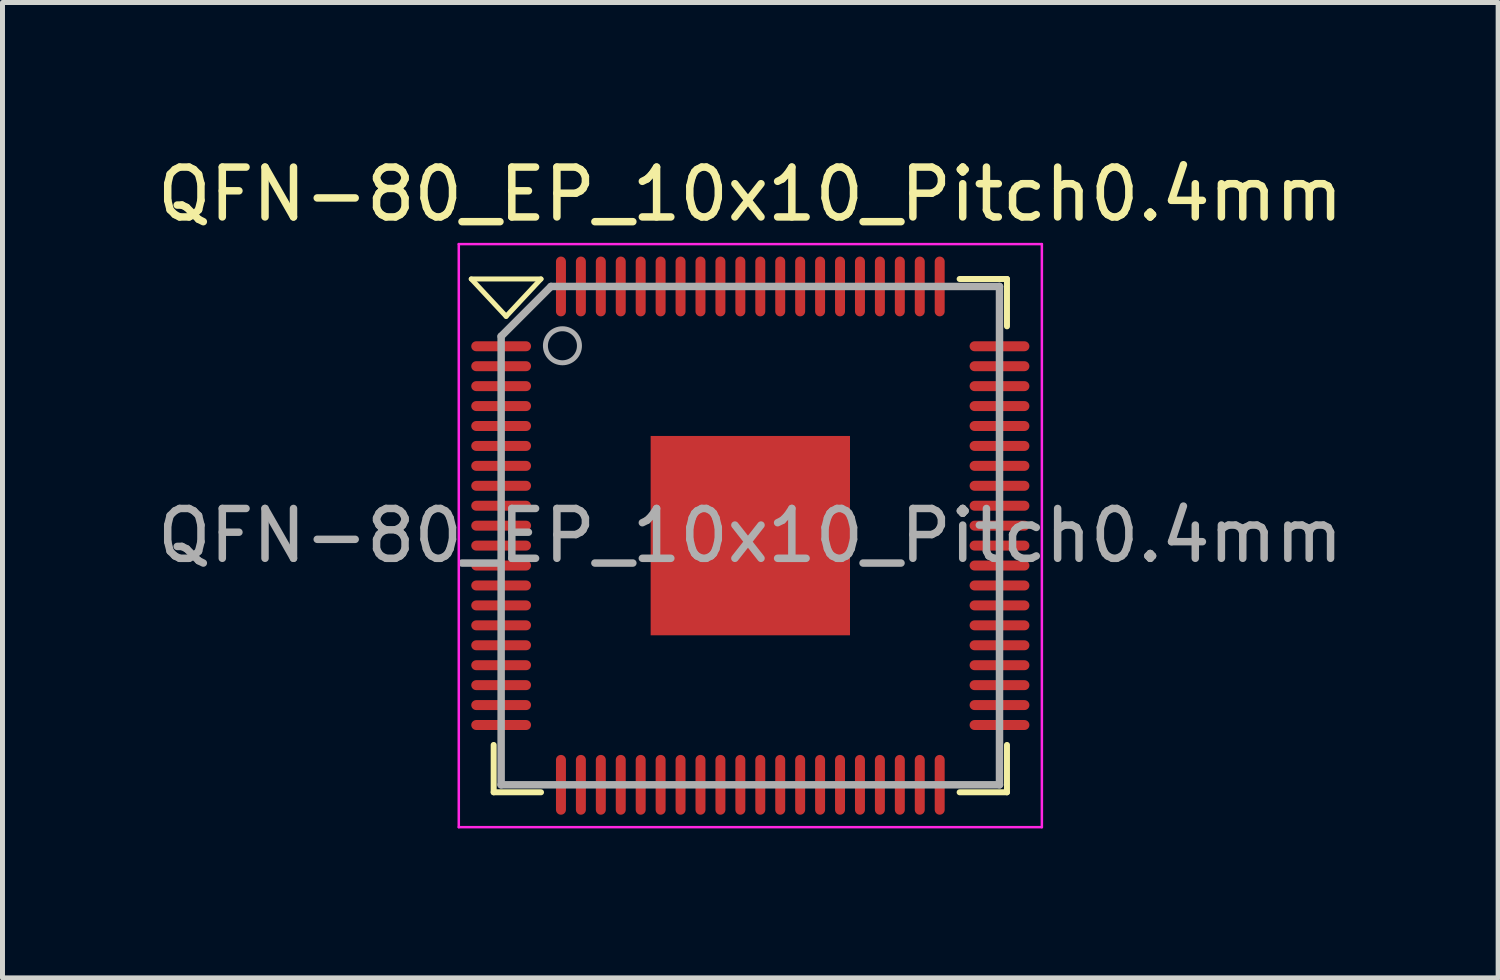
<source format=kicad_pcb>
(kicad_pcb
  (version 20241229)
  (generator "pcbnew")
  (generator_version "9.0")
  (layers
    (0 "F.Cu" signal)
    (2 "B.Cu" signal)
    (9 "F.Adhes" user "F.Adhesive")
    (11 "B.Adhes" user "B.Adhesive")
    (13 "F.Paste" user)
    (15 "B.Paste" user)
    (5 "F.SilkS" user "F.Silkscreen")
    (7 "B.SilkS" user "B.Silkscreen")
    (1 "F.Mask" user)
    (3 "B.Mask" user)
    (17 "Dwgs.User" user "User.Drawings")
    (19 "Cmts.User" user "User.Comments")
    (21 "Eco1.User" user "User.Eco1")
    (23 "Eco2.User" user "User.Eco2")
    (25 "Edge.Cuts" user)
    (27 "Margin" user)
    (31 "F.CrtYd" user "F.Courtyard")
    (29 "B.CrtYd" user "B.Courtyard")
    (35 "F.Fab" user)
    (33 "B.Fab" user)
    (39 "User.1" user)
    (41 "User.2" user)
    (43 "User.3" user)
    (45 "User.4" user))
  (footprint "QFN-80_EP_10x10_Pitch0.4mm"
    (layer "F.Cu")
    (at 12.006 7.698)
    (property "Reference" "QFN-80_EP_10x10_Pitch0.4mm" (at 0 -6.85 0) (layer "F.SilkS") (effects (font (size 1 1) (thickness 0.15))))
    (attr smd)
    (fp_line (start -5.6 -5.15) (end -4.9 -4.4) (stroke (width 0.1) (type default)) (layer "F.SilkS"))
    (fp_line (start -5.15 5.15) (end -5.15 4.2) (stroke (width 0.12) (type default)) (layer "F.SilkS"))
    (fp_line (start -4.9 -4.4) (end -4.2 -5.15) (stroke (width 0.1) (type default)) (layer "F.SilkS"))
    (fp_line (start -4.2 -5.15) (end -5.6 -5.15) (stroke (width 0.1) (type default)) (layer "F.SilkS"))
    (fp_line (start -4.2 5.15) (end -5.15 5.15) (stroke (width 0.12) (type default)) (layer "F.SilkS"))
    (fp_line (start 4.2 -5.15) (end 5.15 -5.15) (stroke (width 0.12) (type default)) (layer "F.SilkS"))
    (fp_line (start 4.2 5.15) (end 5.15 5.15) (stroke (width 0.12) (type default)) (layer "F.SilkS"))
    (fp_line (start 5.15 -5.15) (end 5.15 -4.2) (stroke (width 0.12) (type default)) (layer "F.SilkS"))
    (fp_line (start 5.15 5.15) (end 5.15 4.2) (stroke (width 0.12) (type default)) (layer "F.SilkS"))
    (fp_line (start -5.85 -5.85) (end 5.85 -5.85) (stroke (width 0.05) (type default)) (layer "F.CrtYd"))
    (fp_line (start -5.85 5.85) (end -5.85 -5.85) (stroke (width 0.05) (type default)) (layer "F.CrtYd"))
    (fp_line (start 5.85 -5.85) (end 5.85 5.85) (stroke (width 0.05) (type default)) (layer "F.CrtYd"))
    (fp_line (start 5.85 5.85) (end -5.85 5.85) (stroke (width 0.05) (type default)) (layer "F.CrtYd"))
    (fp_line (start -5 -4) (end -5 5) (stroke (width 0.15) (type default)) (layer "F.Fab"))
    (fp_line (start -5 5) (end 5 5) (stroke (width 0.15) (type default)) (layer "F.Fab"))
    (fp_line (start -4 -5) (end -5 -4) (stroke (width 0.15) (type default)) (layer "F.Fab"))
    (fp_line (start 5 -5) (end -4 -5) (stroke (width 0.15) (type default)) (layer "F.Fab"))
    (fp_line (start 5 5) (end 5 -5) (stroke (width 0.15) (type default)) (layer "F.Fab"))
    (fp_circle (center -3.77 -3.81) (end -3.48 -3.63) (stroke (width 0.1) (type default)) (fill no) (layer "F.Fab"))
    (fp_text user "${REFERENCE}" (at 0 0 0) (layer "F.Fab") (effects (font (size 1 1) (thickness 0.15))))
    (pad "" smd rect (at -1.5 -1.5) (size 0.25 0.25) (layers "F.Paste"))
    (pad "" smd rect (at -1.5 -0.5) (size 0.25 0.25) (layers "F.Paste"))
    (pad "" smd rect (at -1.5 0.5) (size 0.25 0.25) (layers "F.Paste"))
    (pad "" smd rect (at -1.5 1.5) (size 0.25 0.25) (layers "F.Paste"))
    (pad "" smd rect (at -0.5 -1.5) (size 0.25 0.25) (layers "F.Paste"))
    (pad "" smd rect (at -0.5 -0.5) (size 0.25 0.25) (layers "F.Paste"))
    (pad "" smd rect (at -0.5 0.5) (size 0.25 0.25) (layers "F.Paste"))
    (pad "" smd rect (at -0.5 1.5) (size 0.25 0.25) (layers "F.Paste"))
    (pad "" smd rect (at 0.5 -1.5) (size 0.25 0.25) (layers "F.Paste"))
    (pad "" smd rect (at 0.5 -0.5) (size 0.25 0.25) (layers "F.Paste"))
    (pad "" smd rect (at 0.5 0.5) (size 0.25 0.25) (layers "F.Paste"))
    (pad "" smd rect (at 0.5 1.5) (size 0.25 0.25) (layers "F.Paste"))
    (pad "" smd rect (at 1.5 -1.5) (size 0.25 0.25) (layers "F.Paste"))
    (pad "" smd rect (at 1.5 -0.5) (size 0.25 0.25) (layers "F.Paste"))
    (pad "" smd rect (at 1.5 0.5) (size 0.25 0.25) (layers "F.Paste"))
    (pad "" smd rect (at 1.5 1.5) (size 0.25 0.25) (layers "F.Paste"))
    (pad "1" smd oval (at -5 -3.8 90) (size 0.2 1.2) (layers "F.Cu" "F.Mask" "F.Paste"))
    (pad "2" smd oval (at -5 -3.4 90) (size 0.2 1.2) (layers "F.Cu" "F.Mask" "F.Paste"))
    (pad "3" smd oval (at -5 -3 90) (size 0.2 1.2) (layers "F.Cu" "F.Mask" "F.Paste"))
    (pad "4" smd oval (at -5 -2.6 90) (size 0.2 1.2) (layers "F.Cu" "F.Mask" "F.Paste"))
    (pad "5" smd oval (at -5 -2.2 90) (size 0.2 1.2) (layers "F.Cu" "F.Mask" "F.Paste"))
    (pad "6" smd oval (at -5 -1.8 90) (size 0.2 1.2) (layers "F.Cu" "F.Mask" "F.Paste"))
    (pad "7" smd oval (at -5 -1.4 90) (size 0.2 1.2) (layers "F.Cu" "F.Mask" "F.Paste"))
    (pad "8" smd oval (at -5 -1 90) (size 0.2 1.2) (layers "F.Cu" "F.Mask" "F.Paste"))
    (pad "9" smd oval (at -5 -0.6 90) (size 0.2 1.2) (layers "F.Cu" "F.Mask" "F.Paste"))
    (pad "10" smd oval (at -5 -0.2 90) (size 0.2 1.2) (layers "F.Cu" "F.Mask" "F.Paste"))
    (pad "11" smd oval (at -5 0.2 90) (size 0.2 1.2) (layers "F.Cu" "F.Mask" "F.Paste"))
    (pad "12" smd oval (at -5 0.6 90) (size 0.2 1.2) (layers "F.Cu" "F.Mask" "F.Paste"))
    (pad "13" smd oval (at -5 1 90) (size 0.2 1.2) (layers "F.Cu" "F.Mask" "F.Paste"))
    (pad "14" smd oval (at -5 1.4 90) (size 0.2 1.2) (layers "F.Cu" "F.Mask" "F.Paste"))
    (pad "15" smd oval (at -5 1.8 90) (size 0.2 1.2) (layers "F.Cu" "F.Mask" "F.Paste"))
    (pad "16" smd oval (at -5 2.2 90) (size 0.2 1.2) (layers "F.Cu" "F.Mask" "F.Paste"))
    (pad "17" smd oval (at -5 2.6 90) (size 0.2 1.2) (layers "F.Cu" "F.Mask" "F.Paste"))
    (pad "18" smd oval (at -5 3 90) (size 0.2 1.2) (layers "F.Cu" "F.Mask" "F.Paste"))
    (pad "19" smd oval (at -5 3.4 90) (size 0.2 1.2) (layers "F.Cu" "F.Mask" "F.Paste"))
    (pad "20" smd oval (at -5 3.8 90) (size 0.2 1.2) (layers "F.Cu" "F.Mask" "F.Paste"))
    (pad "21" smd oval (at -3.8 5) (size 0.2 1.2) (layers "F.Cu" "F.Mask" "F.Paste"))
    (pad "22" smd oval (at -3.4 5) (size 0.2 1.2) (layers "F.Cu" "F.Mask" "F.Paste"))
    (pad "23" smd oval (at -3 5) (size 0.2 1.2) (layers "F.Cu" "F.Mask" "F.Paste"))
    (pad "24" smd oval (at -2.6 5) (size 0.2 1.2) (layers "F.Cu" "F.Mask" "F.Paste"))
    (pad "25" smd oval (at -2.2 5) (size 0.2 1.2) (layers "F.Cu" "F.Mask" "F.Paste"))
    (pad "26" smd oval (at -1.8 5) (size 0.2 1.2) (layers "F.Cu" "F.Mask" "F.Paste"))
    (pad "27" smd oval (at -1.4 5) (size 0.2 1.2) (layers "F.Cu" "F.Mask" "F.Paste"))
    (pad "28" smd oval (at -1 5) (size 0.2 1.2) (layers "F.Cu" "F.Mask" "F.Paste"))
    (pad "29" smd oval (at -0.6 5) (size 0.2 1.2) (layers "F.Cu" "F.Mask" "F.Paste"))
    (pad "30" smd oval (at -0.2 5) (size 0.2 1.2) (layers "F.Cu" "F.Mask" "F.Paste"))
    (pad "31" smd oval (at 0.2 5) (size 0.2 1.2) (layers "F.Cu" "F.Mask" "F.Paste"))
    (pad "32" smd oval (at 0.6 5) (size 0.2 1.2) (layers "F.Cu" "F.Mask" "F.Paste"))
    (pad "33" smd oval (at 1 5) (size 0.2 1.2) (layers "F.Cu" "F.Mask" "F.Paste"))
    (pad "34" smd oval (at 1.4 5) (size 0.2 1.2) (layers "F.Cu" "F.Mask" "F.Paste"))
    (pad "35" smd oval (at 1.8 5) (size 0.2 1.2) (layers "F.Cu" "F.Mask" "F.Paste"))
    (pad "36" smd oval (at 2.2 5) (size 0.2 1.2) (layers "F.Cu" "F.Mask" "F.Paste"))
    (pad "37" smd oval (at 2.6 5) (size 0.2 1.2) (layers "F.Cu" "F.Mask" "F.Paste"))
    (pad "38" smd oval (at 3 5) (size 0.2 1.2) (layers "F.Cu" "F.Mask" "F.Paste"))
    (pad "39" smd oval (at 3.4 5) (size 0.2 1.2) (layers "F.Cu" "F.Mask" "F.Paste"))
    (pad "40" smd oval (at 3.8 5) (size 0.2 1.2) (layers "F.Cu" "F.Mask" "F.Paste"))
    (pad "41" smd oval (at 5 3.8 90) (size 0.2 1.2) (layers "F.Cu" "F.Mask" "F.Paste"))
    (pad "42" smd oval (at 5 3.4 90) (size 0.2 1.2) (layers "F.Cu" "F.Mask" "F.Paste"))
    (pad "43" smd oval (at 5 3 90) (size 0.2 1.2) (layers "F.Cu" "F.Mask" "F.Paste"))
    (pad "44" smd oval (at 5 2.6 90) (size 0.2 1.2) (layers "F.Cu" "F.Mask" "F.Paste"))
    (pad "45" smd oval (at 5 2.2 90) (size 0.2 1.2) (layers "F.Cu" "F.Mask" "F.Paste"))
    (pad "46" smd oval (at 5 1.8 90) (size 0.2 1.2) (layers "F.Cu" "F.Mask" "F.Paste"))
    (pad "47" smd oval (at 5 1.4 90) (size 0.2 1.2) (layers "F.Cu" "F.Mask" "F.Paste"))
    (pad "48" smd oval (at 5 1 90) (size 0.2 1.2) (layers "F.Cu" "F.Mask" "F.Paste"))
    (pad "49" smd oval (at 5 0.6 90) (size 0.2 1.2) (layers "F.Cu" "F.Mask" "F.Paste"))
    (pad "50" smd oval (at 5 0.2 90) (size 0.2 1.2) (layers "F.Cu" "F.Mask" "F.Paste"))
    (pad "51" smd oval (at 5 -0.2 90) (size 0.2 1.2) (layers "F.Cu" "F.Mask" "F.Paste"))
    (pad "52" smd oval (at 5 -0.6 90) (size 0.2 1.2) (layers "F.Cu" "F.Mask" "F.Paste"))
    (pad "53" smd oval (at 5 -1 90) (size 0.2 1.2) (layers "F.Cu" "F.Mask" "F.Paste"))
    (pad "54" smd oval (at 5 -1.4 90) (size 0.2 1.2) (layers "F.Cu" "F.Mask" "F.Paste"))
    (pad "55" smd oval (at 5 -1.8 90) (size 0.2 1.2) (layers "F.Cu" "F.Mask" "F.Paste"))
    (pad "56" smd oval (at 5 -2.2 90) (size 0.2 1.2) (layers "F.Cu" "F.Mask" "F.Paste"))
    (pad "57" smd oval (at 5 -2.6 90) (size 0.2 1.2) (layers "F.Cu" "F.Mask" "F.Paste"))
    (pad "58" smd oval (at 5 -3 90) (size 0.2 1.2) (layers "F.Cu" "F.Mask" "F.Paste"))
    (pad "59" smd oval (at 5 -3.4 90) (size 0.2 1.2) (layers "F.Cu" "F.Mask" "F.Paste"))
    (pad "60" smd oval (at 5 -3.8 90) (size 0.2 1.2) (layers "F.Cu" "F.Mask" "F.Paste"))
    (pad "61" smd oval (at 3.8 -5) (size 0.2 1.2) (layers "F.Cu" "F.Mask" "F.Paste"))
    (pad "62" smd oval (at 3.4 -5) (size 0.2 1.2) (layers "F.Cu" "F.Mask" "F.Paste"))
    (pad "63" smd oval (at 3 -5) (size 0.2 1.2) (layers "F.Cu" "F.Mask" "F.Paste"))
    (pad "64" smd oval (at 2.6 -5) (size 0.2 1.2) (layers "F.Cu" "F.Mask" "F.Paste"))
    (pad "65" smd oval (at 2.2 -5) (size 0.2 1.2) (layers "F.Cu" "F.Mask" "F.Paste"))
    (pad "66" smd oval (at 1.8 -5) (size 0.2 1.2) (layers "F.Cu" "F.Mask" "F.Paste"))
    (pad "67" smd oval (at 1.4 -5) (size 0.2 1.2) (layers "F.Cu" "F.Mask" "F.Paste"))
    (pad "68" smd oval (at 1 -5) (size 0.2 1.2) (layers "F.Cu" "F.Mask" "F.Paste"))
    (pad "69" smd oval (at 0.6 -5) (size 0.2 1.2) (layers "F.Cu" "F.Mask" "F.Paste"))
    (pad "70" smd oval (at 0.2 -5) (size 0.2 1.2) (layers "F.Cu" "F.Mask" "F.Paste"))
    (pad "71" smd oval (at -0.2 -5) (size 0.2 1.2) (layers "F.Cu" "F.Mask" "F.Paste"))
    (pad "72" smd oval (at -0.6 -5) (size 0.2 1.2) (layers "F.Cu" "F.Mask" "F.Paste"))
    (pad "73" smd oval (at -1 -5) (size 0.2 1.2) (layers "F.Cu" "F.Mask" "F.Paste"))
    (pad "74" smd oval (at -1.4 -5) (size 0.2 1.2) (layers "F.Cu" "F.Mask" "F.Paste"))
    (pad "75" smd oval (at -1.8 -5) (size 0.2 1.2) (layers "F.Cu" "F.Mask" "F.Paste"))
    (pad "76" smd oval (at -2.2 -5) (size 0.2 1.2) (layers "F.Cu" "F.Mask" "F.Paste"))
    (pad "77" smd oval (at -2.6 -5) (size 0.2 1.2) (layers "F.Cu" "F.Mask" "F.Paste"))
    (pad "78" smd oval (at -3 -5) (size 0.2 1.2) (layers "F.Cu" "F.Mask" "F.Paste"))
    (pad "79" smd oval (at -3.4 -5) (size 0.2 1.2) (layers "F.Cu" "F.Mask" "F.Paste"))
    (pad "80" smd oval (at -3.8 -5) (size 0.2 1.2) (layers "F.Cu" "F.Mask" "F.Paste"))
    (pad "81" smd rect (at 0 0) (size 4 4) (layers "F.Cu" "F.Mask")))
  (gr_rect
    (start -3 -3)
    (end 27.012 16.573)
    (stroke (width 0.1) (type default))
    (fill no)
    (layer "Edge.Cuts")))
</source>
